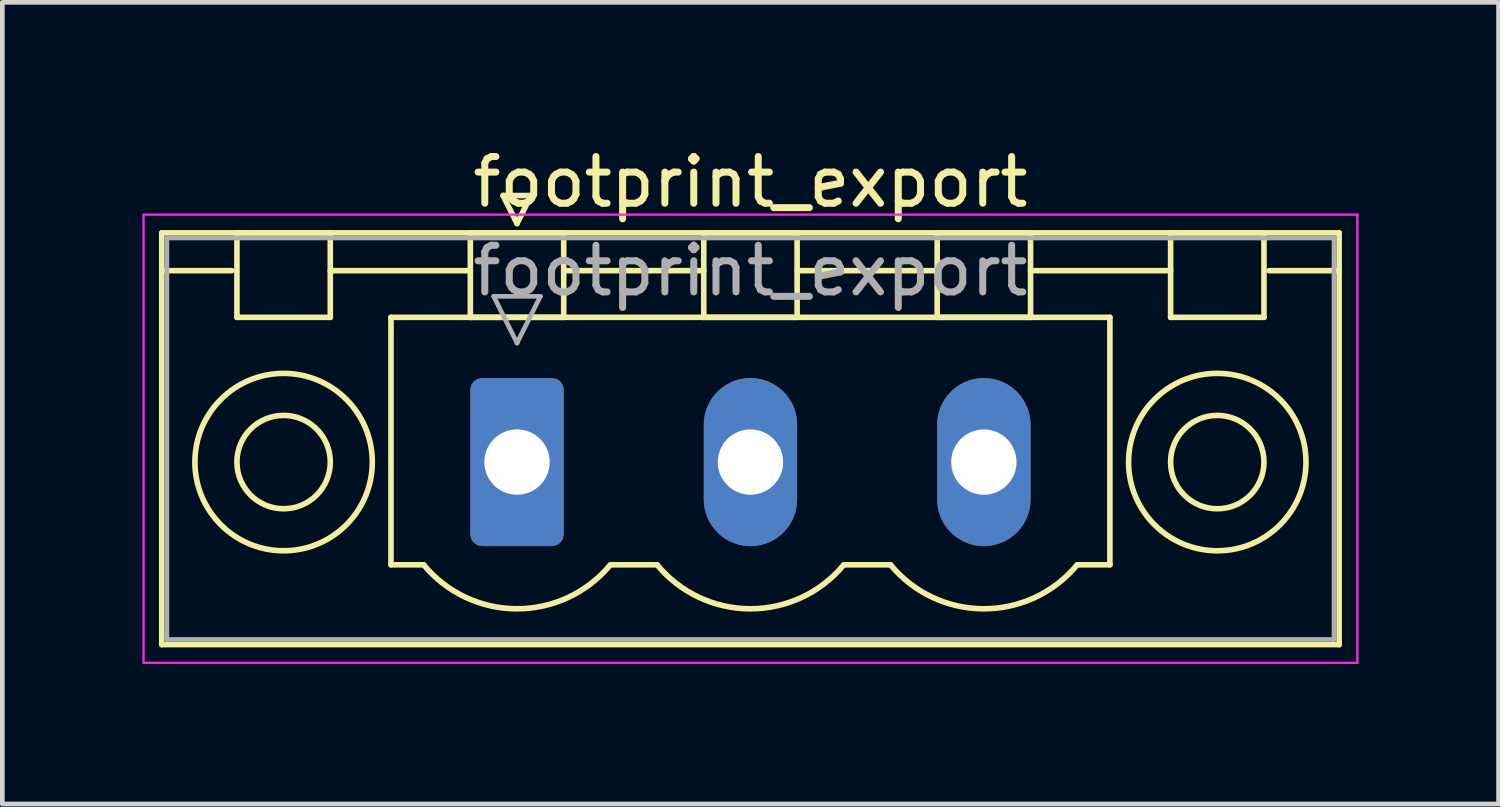
<source format=kicad_pcb>
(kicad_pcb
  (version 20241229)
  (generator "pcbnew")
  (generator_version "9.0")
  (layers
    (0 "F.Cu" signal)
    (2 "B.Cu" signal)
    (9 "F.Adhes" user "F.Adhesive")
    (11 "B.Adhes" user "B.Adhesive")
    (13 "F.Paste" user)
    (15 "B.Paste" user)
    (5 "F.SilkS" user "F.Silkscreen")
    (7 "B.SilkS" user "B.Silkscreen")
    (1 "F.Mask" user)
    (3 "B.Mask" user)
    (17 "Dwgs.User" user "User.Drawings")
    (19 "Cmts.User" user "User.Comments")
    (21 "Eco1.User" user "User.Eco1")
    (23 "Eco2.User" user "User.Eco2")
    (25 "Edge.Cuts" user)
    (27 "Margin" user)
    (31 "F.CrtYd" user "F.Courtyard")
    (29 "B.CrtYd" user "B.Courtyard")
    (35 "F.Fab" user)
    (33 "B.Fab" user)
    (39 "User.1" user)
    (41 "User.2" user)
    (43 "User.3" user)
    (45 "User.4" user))
  (footprint "footprint_export"
    (layer "F.Cu")
    (at 8.025 6.848)
    (property "Reference" "footprint_export" (at 5 -6 0) (layer "F.SilkS") (effects (font (size 1 1) (thickness 0.15))))
    (attr through_hole)
    (fp_line (start -7.61 -4.91) (end -7.61 3.91) (stroke (width 0.12) (type solid)) (layer "F.SilkS"))
    (fp_line (start -7.61 -4.1) (end -6.11 -4.1) (stroke (width 0.12) (type solid)) (layer "F.SilkS"))
    (fp_line (start -7.61 3.91) (end 17.61 3.91) (stroke (width 0.12) (type solid)) (layer "F.SilkS"))
    (fp_line (start -6 -4.91) (end -4 -4.91) (stroke (width 0.12) (type solid)) (layer "F.SilkS"))
    (fp_line (start -6 -3.1) (end -6 -4.91) (stroke (width 0.12) (type solid)) (layer "F.SilkS"))
    (fp_line (start -4 -4.91) (end -4 -3.1) (stroke (width 0.12) (type solid)) (layer "F.SilkS"))
    (fp_line (start -4 -4.1) (end -1 -4.1) (stroke (width 0.12) (type solid)) (layer "F.SilkS"))
    (fp_line (start -4 -3.1) (end -6 -3.1) (stroke (width 0.12) (type solid)) (layer "F.SilkS"))
    (fp_line (start -2.7 -3.1) (end 12.7 -3.1) (stroke (width 0.12) (type solid)) (layer "F.SilkS"))
    (fp_line (start -2.7 2.2) (end -2.7 -3.1) (stroke (width 0.12) (type solid)) (layer "F.SilkS"))
    (fp_line (start -2 2.2) (end -2.7 2.2) (stroke (width 0.12) (type solid)) (layer "F.SilkS"))
    (fp_line (start -1 -4.91) (end 1 -4.91) (stroke (width 0.12) (type solid)) (layer "F.SilkS"))
    (fp_line (start -1 -3.1) (end -1 -4.91) (stroke (width 0.12) (type solid)) (layer "F.SilkS"))
    (fp_line (start -0.3 -5.71) (end 0.3 -5.71) (stroke (width 0.12) (type solid)) (layer "F.SilkS"))
    (fp_line (start 0 -5.11) (end -0.3 -5.71) (stroke (width 0.12) (type solid)) (layer "F.SilkS"))
    (fp_line (start 0.3 -5.71) (end 0 -5.11) (stroke (width 0.12) (type solid)) (layer "F.SilkS"))
    (fp_line (start 1 -4.91) (end 1 -3.1) (stroke (width 0.12) (type solid)) (layer "F.SilkS"))
    (fp_line (start 1 -4.1) (end 4 -4.1) (stroke (width 0.12) (type solid)) (layer "F.SilkS"))
    (fp_line (start 1 -3.1) (end -1 -3.1) (stroke (width 0.12) (type solid)) (layer "F.SilkS"))
    (fp_line (start 2 2.2) (end 3 2.2) (stroke (width 0.12) (type solid)) (layer "F.SilkS"))
    (fp_line (start 4 -4.91) (end 6 -4.91) (stroke (width 0.12) (type solid)) (layer "F.SilkS"))
    (fp_line (start 4 -3.1) (end 4 -4.91) (stroke (width 0.12) (type solid)) (layer "F.SilkS"))
    (fp_line (start 6 -4.91) (end 6 -3.1) (stroke (width 0.12) (type solid)) (layer "F.SilkS"))
    (fp_line (start 6 -4.1) (end 9 -4.1) (stroke (width 0.12) (type solid)) (layer "F.SilkS"))
    (fp_line (start 6 -3.1) (end 4 -3.1) (stroke (width 0.12) (type solid)) (layer "F.SilkS"))
    (fp_line (start 7 2.2) (end 8 2.2) (stroke (width 0.12) (type solid)) (layer "F.SilkS"))
    (fp_line (start 9 -4.91) (end 11 -4.91) (stroke (width 0.12) (type solid)) (layer "F.SilkS"))
    (fp_line (start 9 -3.1) (end 9 -4.91) (stroke (width 0.12) (type solid)) (layer "F.SilkS"))
    (fp_line (start 11 -4.91) (end 11 -3.1) (stroke (width 0.12) (type solid)) (layer "F.SilkS"))
    (fp_line (start 11 -4.1) (end 14 -4.1) (stroke (width 0.12) (type solid)) (layer "F.SilkS"))
    (fp_line (start 11 -3.1) (end 9 -3.1) (stroke (width 0.12) (type solid)) (layer "F.SilkS"))
    (fp_line (start 12.7 -3.1) (end 12.7 2.2) (stroke (width 0.12) (type solid)) (layer "F.SilkS"))
    (fp_line (start 12.7 2.2) (end 12 2.2) (stroke (width 0.12) (type solid)) (layer "F.SilkS"))
    (fp_line (start 14 -4.91) (end 16 -4.91) (stroke (width 0.12) (type solid)) (layer "F.SilkS"))
    (fp_line (start 14 -3.1) (end 14 -4.91) (stroke (width 0.12) (type solid)) (layer "F.SilkS"))
    (fp_line (start 16 -4.91) (end 16 -3.1) (stroke (width 0.12) (type solid)) (layer "F.SilkS"))
    (fp_line (start 16 -3.1) (end 14 -3.1) (stroke (width 0.12) (type solid)) (layer "F.SilkS"))
    (fp_line (start 17.61 -4.91) (end -7.61 -4.91) (stroke (width 0.12) (type solid)) (layer "F.SilkS"))
    (fp_line (start 17.61 -4.1) (end 16.11 -4.1) (stroke (width 0.12) (type solid)) (layer "F.SilkS"))
    (fp_line (start 17.61 3.91) (end 17.61 -4.91) (stroke (width 0.12) (type solid)) (layer "F.SilkS"))
    (fp_arc (start 1.986842 2.215821) (mid -0.010289 3.142758) (end -2 2.2) (stroke (width 0.12) (type solid)) (layer "F.SilkS"))
    (fp_arc (start 6.986842 2.215821) (mid 4.989711 3.142758) (end 3 2.2) (stroke (width 0.12) (type solid)) (layer "F.SilkS"))
    (fp_arc (start 11.986842 2.215821) (mid 9.989711 3.142758) (end 8 2.2) (stroke (width 0.12) (type solid)) (layer "F.SilkS"))
    (fp_circle (center -5 0) (end -4 0) (stroke (width 0.12) (type solid)) (fill no) (layer "F.SilkS"))
    (fp_circle (center -5 0) (end -3.1 0) (stroke (width 0.12) (type solid)) (fill no) (layer "F.SilkS"))
    (fp_circle (center 15 0) (end 16 0) (stroke (width 0.12) (type solid)) (fill no) (layer "F.SilkS"))
    (fp_circle (center 15 0) (end 16.9 0) (stroke (width 0.12) (type solid)) (fill no) (layer "F.SilkS"))
    (fp_line (start -8 -5.3) (end -8 4.3) (stroke (width 0.05) (type solid)) (layer "F.CrtYd"))
    (fp_line (start -8 4.3) (end 18 4.3) (stroke (width 0.05) (type solid)) (layer "F.CrtYd"))
    (fp_line (start 18 -5.3) (end -8 -5.3) (stroke (width 0.05) (type solid)) (layer "F.CrtYd"))
    (fp_line (start 18 4.3) (end 18 -5.3) (stroke (width 0.05) (type solid)) (layer "F.CrtYd"))
    (fp_line (start -7.5 -4.8) (end -7.5 3.8) (stroke (width 0.1) (type solid)) (layer "F.Fab"))
    (fp_line (start -7.5 3.8) (end 17.5 3.8) (stroke (width 0.1) (type solid)) (layer "F.Fab"))
    (fp_line (start -0.5 -3.55) (end 0.5 -3.55) (stroke (width 0.1) (type solid)) (layer "F.Fab"))
    (fp_line (start 0 -2.55) (end -0.5 -3.55) (stroke (width 0.1) (type solid)) (layer "F.Fab"))
    (fp_line (start 0.5 -3.55) (end 0 -2.55) (stroke (width 0.1) (type solid)) (layer "F.Fab"))
    (fp_line (start 17.5 -4.8) (end -7.5 -4.8) (stroke (width 0.1) (type solid)) (layer "F.Fab"))
    (fp_line (start 17.5 3.8) (end 17.5 -4.8) (stroke (width 0.1) (type solid)) (layer "F.Fab"))
    (fp_text user "${REFERENCE}" (at 5 -4.1 0) (layer "F.Fab") (effects (font (size 1 1) (thickness 0.15))))
    (pad "1" thru_hole roundrect (at 0 0) (size 2 3.6) (drill 1.4) (layers "*.Cu" "*.Mask") (roundrect_rratio 0.125))
    (pad "2" thru_hole oval (at 5 0) (size 2 3.6) (drill 1.4) (layers "*.Cu" "*.Mask"))
    (pad "3" thru_hole oval (at 10 0) (size 2 3.6) (drill 1.4) (layers "*.Cu" "*.Mask")))
  (gr_rect
    (start -3 -3)
    (end 29.05 14.173)
    (stroke (width 0.1) (type default))
    (fill no)
    (layer "Edge.Cuts")))
</source>
